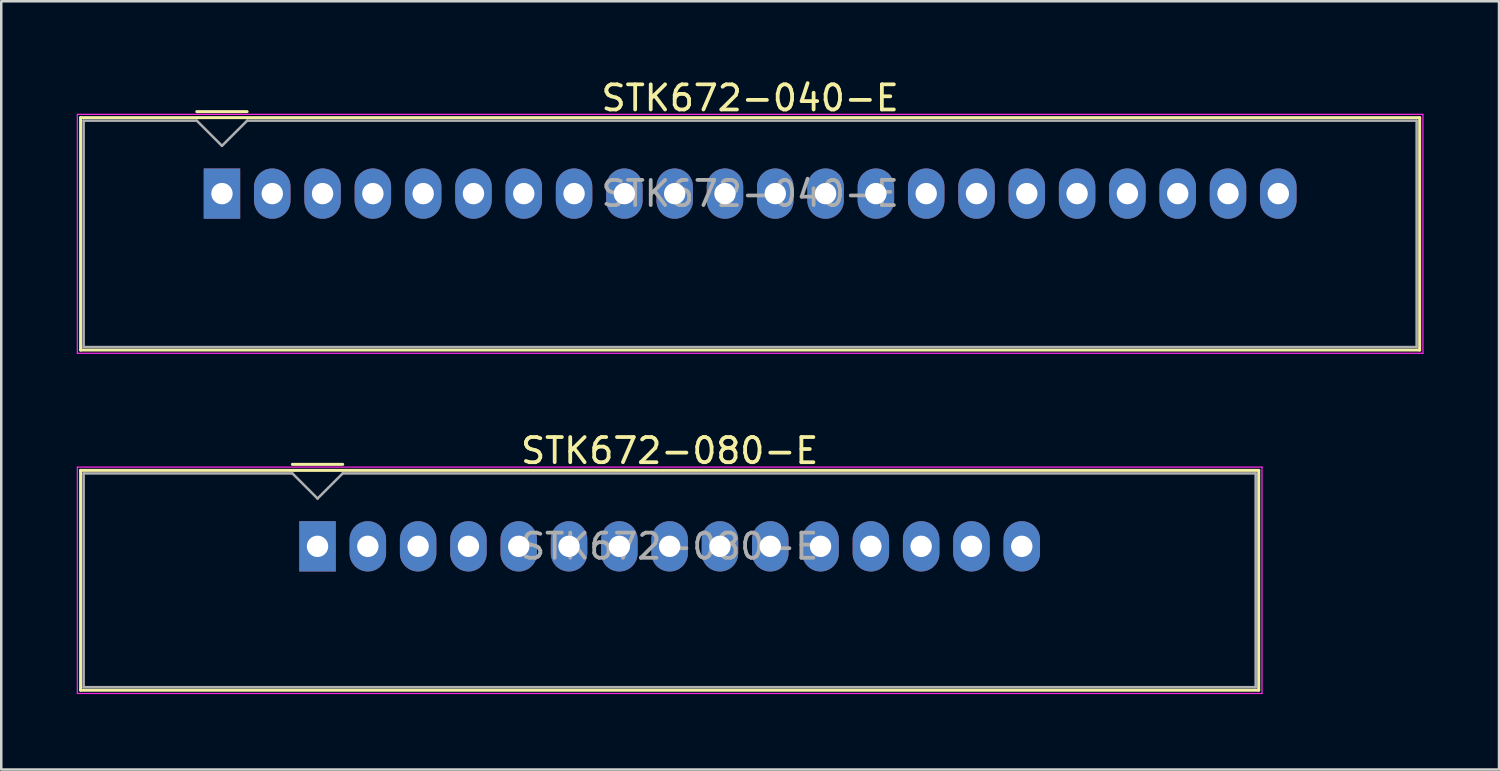
<source format=kicad_pcb>
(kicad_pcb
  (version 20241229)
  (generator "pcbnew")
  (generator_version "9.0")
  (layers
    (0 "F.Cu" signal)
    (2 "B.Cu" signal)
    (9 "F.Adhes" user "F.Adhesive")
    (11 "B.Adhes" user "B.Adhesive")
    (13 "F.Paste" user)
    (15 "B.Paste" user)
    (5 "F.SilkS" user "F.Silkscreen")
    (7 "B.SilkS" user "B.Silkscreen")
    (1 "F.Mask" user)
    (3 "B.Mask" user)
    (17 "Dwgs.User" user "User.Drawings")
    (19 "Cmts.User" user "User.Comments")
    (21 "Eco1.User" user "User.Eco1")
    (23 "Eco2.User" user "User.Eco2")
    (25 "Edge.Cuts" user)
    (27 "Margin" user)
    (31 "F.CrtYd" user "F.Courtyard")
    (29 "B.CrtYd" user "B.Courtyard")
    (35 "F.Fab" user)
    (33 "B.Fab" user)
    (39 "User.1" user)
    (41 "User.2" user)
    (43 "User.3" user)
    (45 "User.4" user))
  (footprint "STK672-040-E"
    (layer "F.Cu")
    (at 5.775 4.648)
    (property "Reference" "STK672-040-E" (at 21 -3.8 0) (layer "F.SilkS") (effects (font (size 1 1) (thickness 0.15))))
    (attr through_hole)
    (fp_line (start -5.62 -3.02) (end 47.62 -3.02) (stroke (width 0.12) (type solid)) (layer "F.SilkS"))
    (fp_line (start -5.62 6.22) (end -5.62 -3.02) (stroke (width 0.12) (type solid)) (layer "F.SilkS"))
    (fp_line (start -1 -3.26) (end 1 -3.26) (stroke (width 0.12) (type solid)) (layer "F.SilkS"))
    (fp_line (start 47.62 -3.02) (end 47.62 6.22) (stroke (width 0.12) (type solid)) (layer "F.SilkS"))
    (fp_line (start 47.62 6.22) (end -5.62 6.22) (stroke (width 0.12) (type solid)) (layer "F.SilkS"))
    (fp_line (start -5.75 -3.15) (end 47.75 -3.15) (stroke (width 0.05) (type solid)) (layer "F.CrtYd"))
    (fp_line (start -5.75 6.35) (end -5.75 -3.15) (stroke (width 0.05) (type solid)) (layer "F.CrtYd"))
    (fp_line (start 47.75 -3.15) (end 47.75 6.35) (stroke (width 0.05) (type solid)) (layer "F.CrtYd"))
    (fp_line (start 47.75 6.35) (end -5.75 6.35) (stroke (width 0.05) (type solid)) (layer "F.CrtYd"))
    (fp_line (start -5.5 -2.9) (end -1 -2.9) (stroke (width 0.1) (type solid)) (layer "F.Fab"))
    (fp_line (start -5.5 6.1) (end -5.5 -2.9) (stroke (width 0.1) (type solid)) (layer "F.Fab"))
    (fp_line (start -1 -2.9) (end 0 -1.9) (stroke (width 0.1) (type solid)) (layer "F.Fab"))
    (fp_line (start 0 -1.9) (end 1 -2.9) (stroke (width 0.1) (type solid)) (layer "F.Fab"))
    (fp_line (start 1 -2.9) (end 47.5 -2.9) (stroke (width 0.1) (type solid)) (layer "F.Fab"))
    (fp_line (start 47.5 -2.9) (end 47.5 6.1) (stroke (width 0.1) (type solid)) (layer "F.Fab"))
    (fp_line (start 47.5 6.1) (end -5.5 6.1) (stroke (width 0.1) (type solid)) (layer "F.Fab"))
    (fp_text user "${REFERENCE}" (at 21 0 0) (layer "F.Fab") (effects (font (size 1 1) (thickness 0.15))))
    (pad "1" thru_hole rect (at 0 0) (size 1.45 2) (drill 0.85) (layers "*.Cu" "*.Mask"))
    (pad "2" thru_hole oval (at 2 0) (size 1.45 2) (drill 0.85) (layers "*.Cu" "*.Mask"))
    (pad "3" thru_hole oval (at 4 0) (size 1.45 2) (drill 0.85) (layers "*.Cu" "*.Mask"))
    (pad "4" thru_hole oval (at 6 0) (size 1.45 2) (drill 0.85) (layers "*.Cu" "*.Mask"))
    (pad "5" thru_hole oval (at 8 0) (size 1.45 2) (drill 0.85) (layers "*.Cu" "*.Mask"))
    (pad "6" thru_hole oval (at 10 0) (size 1.45 2) (drill 0.85) (layers "*.Cu" "*.Mask"))
    (pad "7" thru_hole oval (at 12 0) (size 1.45 2) (drill 0.85) (layers "*.Cu" "*.Mask"))
    (pad "8" thru_hole oval (at 14 0) (size 1.45 2) (drill 0.85) (layers "*.Cu" "*.Mask"))
    (pad "9" thru_hole oval (at 16 0) (size 1.45 2) (drill 0.85) (layers "*.Cu" "*.Mask"))
    (pad "10" thru_hole oval (at 18 0) (size 1.45 2) (drill 0.85) (layers "*.Cu" "*.Mask"))
    (pad "11" thru_hole oval (at 20 0) (size 1.45 2) (drill 0.85) (layers "*.Cu" "*.Mask"))
    (pad "12" thru_hole oval (at 22 0) (size 1.45 2) (drill 0.85) (layers "*.Cu" "*.Mask"))
    (pad "13" thru_hole oval (at 24 0) (size 1.45 2) (drill 0.85) (layers "*.Cu" "*.Mask"))
    (pad "14" thru_hole oval (at 26 0) (size 1.45 2) (drill 0.85) (layers "*.Cu" "*.Mask"))
    (pad "15" thru_hole oval (at 28 0) (size 1.45 2) (drill 0.85) (layers "*.Cu" "*.Mask"))
    (pad "16" thru_hole oval (at 30 0) (size 1.45 2) (drill 0.85) (layers "*.Cu" "*.Mask"))
    (pad "17" thru_hole oval (at 32 0) (size 1.45 2) (drill 0.85) (layers "*.Cu" "*.Mask"))
    (pad "18" thru_hole oval (at 34 0) (size 1.45 2) (drill 0.85) (layers "*.Cu" "*.Mask"))
    (pad "19" thru_hole oval (at 36 0) (size 1.45 2) (drill 0.85) (layers "*.Cu" "*.Mask"))
    (pad "20" thru_hole oval (at 38 0) (size 1.45 2) (drill 0.85) (layers "*.Cu" "*.Mask"))
    (pad "21" thru_hole oval (at 40 0) (size 1.45 2) (drill 0.85) (layers "*.Cu" "*.Mask"))
    (pad "22" thru_hole oval (at 42 0) (size 1.45 2) (drill 0.85) (layers "*.Cu" "*.Mask")))
  (footprint "STK672-080-E"
    (layer "F.Cu")
    (at 9.575 18.672)
    (property "Reference" "STK672-080-E" (at 14 -3.8 0) (layer "F.SilkS") (effects (font (size 1 1) (thickness 0.15))))
    (attr through_hole)
    (fp_line (start -9.42 -3.02) (end 37.42 -3.02) (stroke (width 0.12) (type solid)) (layer "F.SilkS"))
    (fp_line (start -9.42 5.72) (end -9.42 -3.02) (stroke (width 0.12) (type solid)) (layer "F.SilkS"))
    (fp_line (start -1 -3.26) (end 1 -3.26) (stroke (width 0.12) (type solid)) (layer "F.SilkS"))
    (fp_line (start 37.42 -3.02) (end 37.42 5.72) (stroke (width 0.12) (type solid)) (layer "F.SilkS"))
    (fp_line (start 37.42 5.72) (end -9.42 5.72) (stroke (width 0.12) (type solid)) (layer "F.SilkS"))
    (fp_line (start -9.55 -3.15) (end -9.55 5.85) (stroke (width 0.05) (type solid)) (layer "F.CrtYd"))
    (fp_line (start -9.55 -3.15) (end 37.55 -3.15) (stroke (width 0.05) (type solid)) (layer "F.CrtYd"))
    (fp_line (start -9.55 5.85) (end 37.55 5.85) (stroke (width 0.05) (type solid)) (layer "F.CrtYd"))
    (fp_line (start 37.55 -3.15) (end 37.55 5.85) (stroke (width 0.05) (type solid)) (layer "F.CrtYd"))
    (fp_line (start -9.3 -2.9) (end -1 -2.9) (stroke (width 0.1) (type solid)) (layer "F.Fab"))
    (fp_line (start -9.3 5.6) (end -9.3 -2.9) (stroke (width 0.1) (type solid)) (layer "F.Fab"))
    (fp_line (start -1 -2.9) (end 0 -1.9) (stroke (width 0.1) (type solid)) (layer "F.Fab"))
    (fp_line (start 0 -1.9) (end 1 -2.9) (stroke (width 0.1) (type solid)) (layer "F.Fab"))
    (fp_line (start 1 -2.9) (end 37.3 -2.9) (stroke (width 0.1) (type solid)) (layer "F.Fab"))
    (fp_line (start 37.3 -2.9) (end 37.3 5.6) (stroke (width 0.1) (type solid)) (layer "F.Fab"))
    (fp_line (start 37.3 5.6) (end -9.3 5.6) (stroke (width 0.1) (type solid)) (layer "F.Fab"))
    (fp_text user "${REFERENCE}" (at 14 0 0) (layer "F.Fab") (effects (font (size 1 1) (thickness 0.15))))
    (pad "1" thru_hole rect (at 0 0) (size 1.45 2) (drill 0.85) (layers "*.Cu" "*.Mask"))
    (pad "2" thru_hole oval (at 2 0) (size 1.45 2) (drill 0.85) (layers "*.Cu" "*.Mask"))
    (pad "3" thru_hole oval (at 4 0) (size 1.45 2) (drill 0.85) (layers "*.Cu" "*.Mask"))
    (pad "4" thru_hole oval (at 6 0) (size 1.45 2) (drill 0.85) (layers "*.Cu" "*.Mask"))
    (pad "5" thru_hole oval (at 8 0) (size 1.45 2) (drill 0.85) (layers "*.Cu" "*.Mask"))
    (pad "6" thru_hole oval (at 10 0) (size 1.45 2) (drill 0.85) (layers "*.Cu" "*.Mask"))
    (pad "7" thru_hole oval (at 12 0) (size 1.45 2) (drill 0.85) (layers "*.Cu" "*.Mask"))
    (pad "8" thru_hole oval (at 14 0) (size 1.45 2) (drill 0.85) (layers "*.Cu" "*.Mask"))
    (pad "9" thru_hole oval (at 16 0) (size 1.45 2) (drill 0.85) (layers "*.Cu" "*.Mask"))
    (pad "10" thru_hole oval (at 18 0) (size 1.45 2) (drill 0.85) (layers "*.Cu" "*.Mask"))
    (pad "11" thru_hole oval (at 20 0) (size 1.45 2) (drill 0.85) (layers "*.Cu" "*.Mask"))
    (pad "12" thru_hole oval (at 22 0) (size 1.45 2) (drill 0.85) (layers "*.Cu" "*.Mask"))
    (pad "13" thru_hole oval (at 24 0) (size 1.45 2) (drill 0.85) (layers "*.Cu" "*.Mask"))
    (pad "14" thru_hole oval (at 26 0) (size 1.45 2) (drill 0.85) (layers "*.Cu" "*.Mask"))
    (pad "15" thru_hole oval (at 28 0) (size 1.45 2) (drill 0.85) (layers "*.Cu" "*.Mask")))
  (gr_rect
    (start -3 -3)
    (end 56.55 27.547)
    (stroke (width 0.1) (type default))
    (fill no)
    (layer "Edge.Cuts")))
</source>
